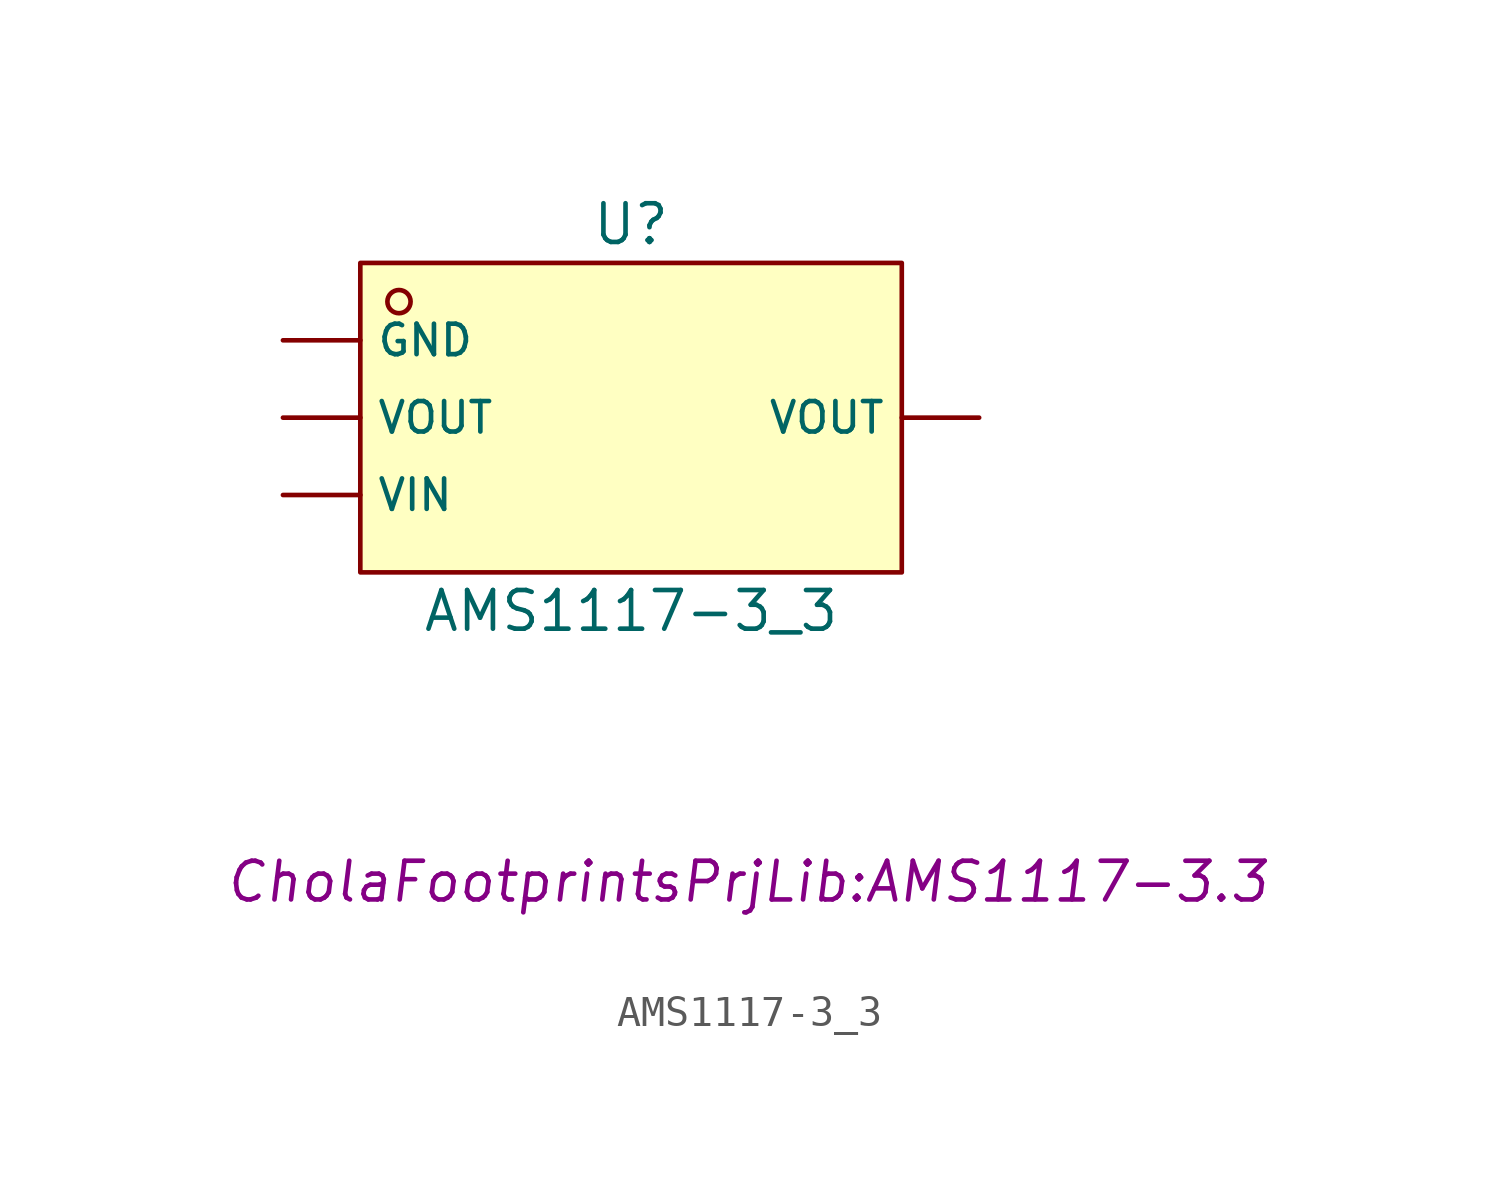
<source format=kicad_sym>
(kicad_symbol_lib
  (version 20220914)
  (generator kicad_symbol_editor)
  (symbol "AMS1117-3_3"
    (pin_numbers hide)
    (property "Reference" "U"
      (at 0 6.35 0)
      (effects (font (size 1.27 1.27))))
    (property "Value" "AMS1117-3_3"
      (at 0 -6.35 0)
      (effects (font (size 1.27 1.27))))
    (property "Footprint" "CholaFootprintsPrjLib:AMS1117-3.3"
      (at 3.81 -15.24 0)
      (effects (font (size 1.27 1.27) italic)))
    (symbol "AMS1117-3_3_0_1"
      (rectangle (start -8.89 5.08) (end 8.89 -5.08) (stroke (width 0) (type default)) (fill (type background)))
      (circle (center -7.62 3.81) (radius 0.381) (stroke (width 0) (type default)) (fill (type background)))
      (pin unspecified line (at -11.43 2.54 0) (length 2.54) (name "GND" (effects (font (size 1 1)))) (number "1" (effects (font (size 1 1)))))
      (pin unspecified line (at -11.43 0 0) (length 2.54) (name "VOUT" (effects (font (size 1 1)))) (number "2" (effects (font (size 1 1)))))
      (pin unspecified line (at -11.43 -2.54 0) (length 2.54) (name "VIN" (effects (font (size 1 1)))) (number "3" (effects (font (size 1 1)))))
      (pin unspecified line (at 11.43 0 180) (length 2.54) (name "VOUT" (effects (font (size 1 1)))) (number "4" (effects (font (size 1 1))))))))
</source>
